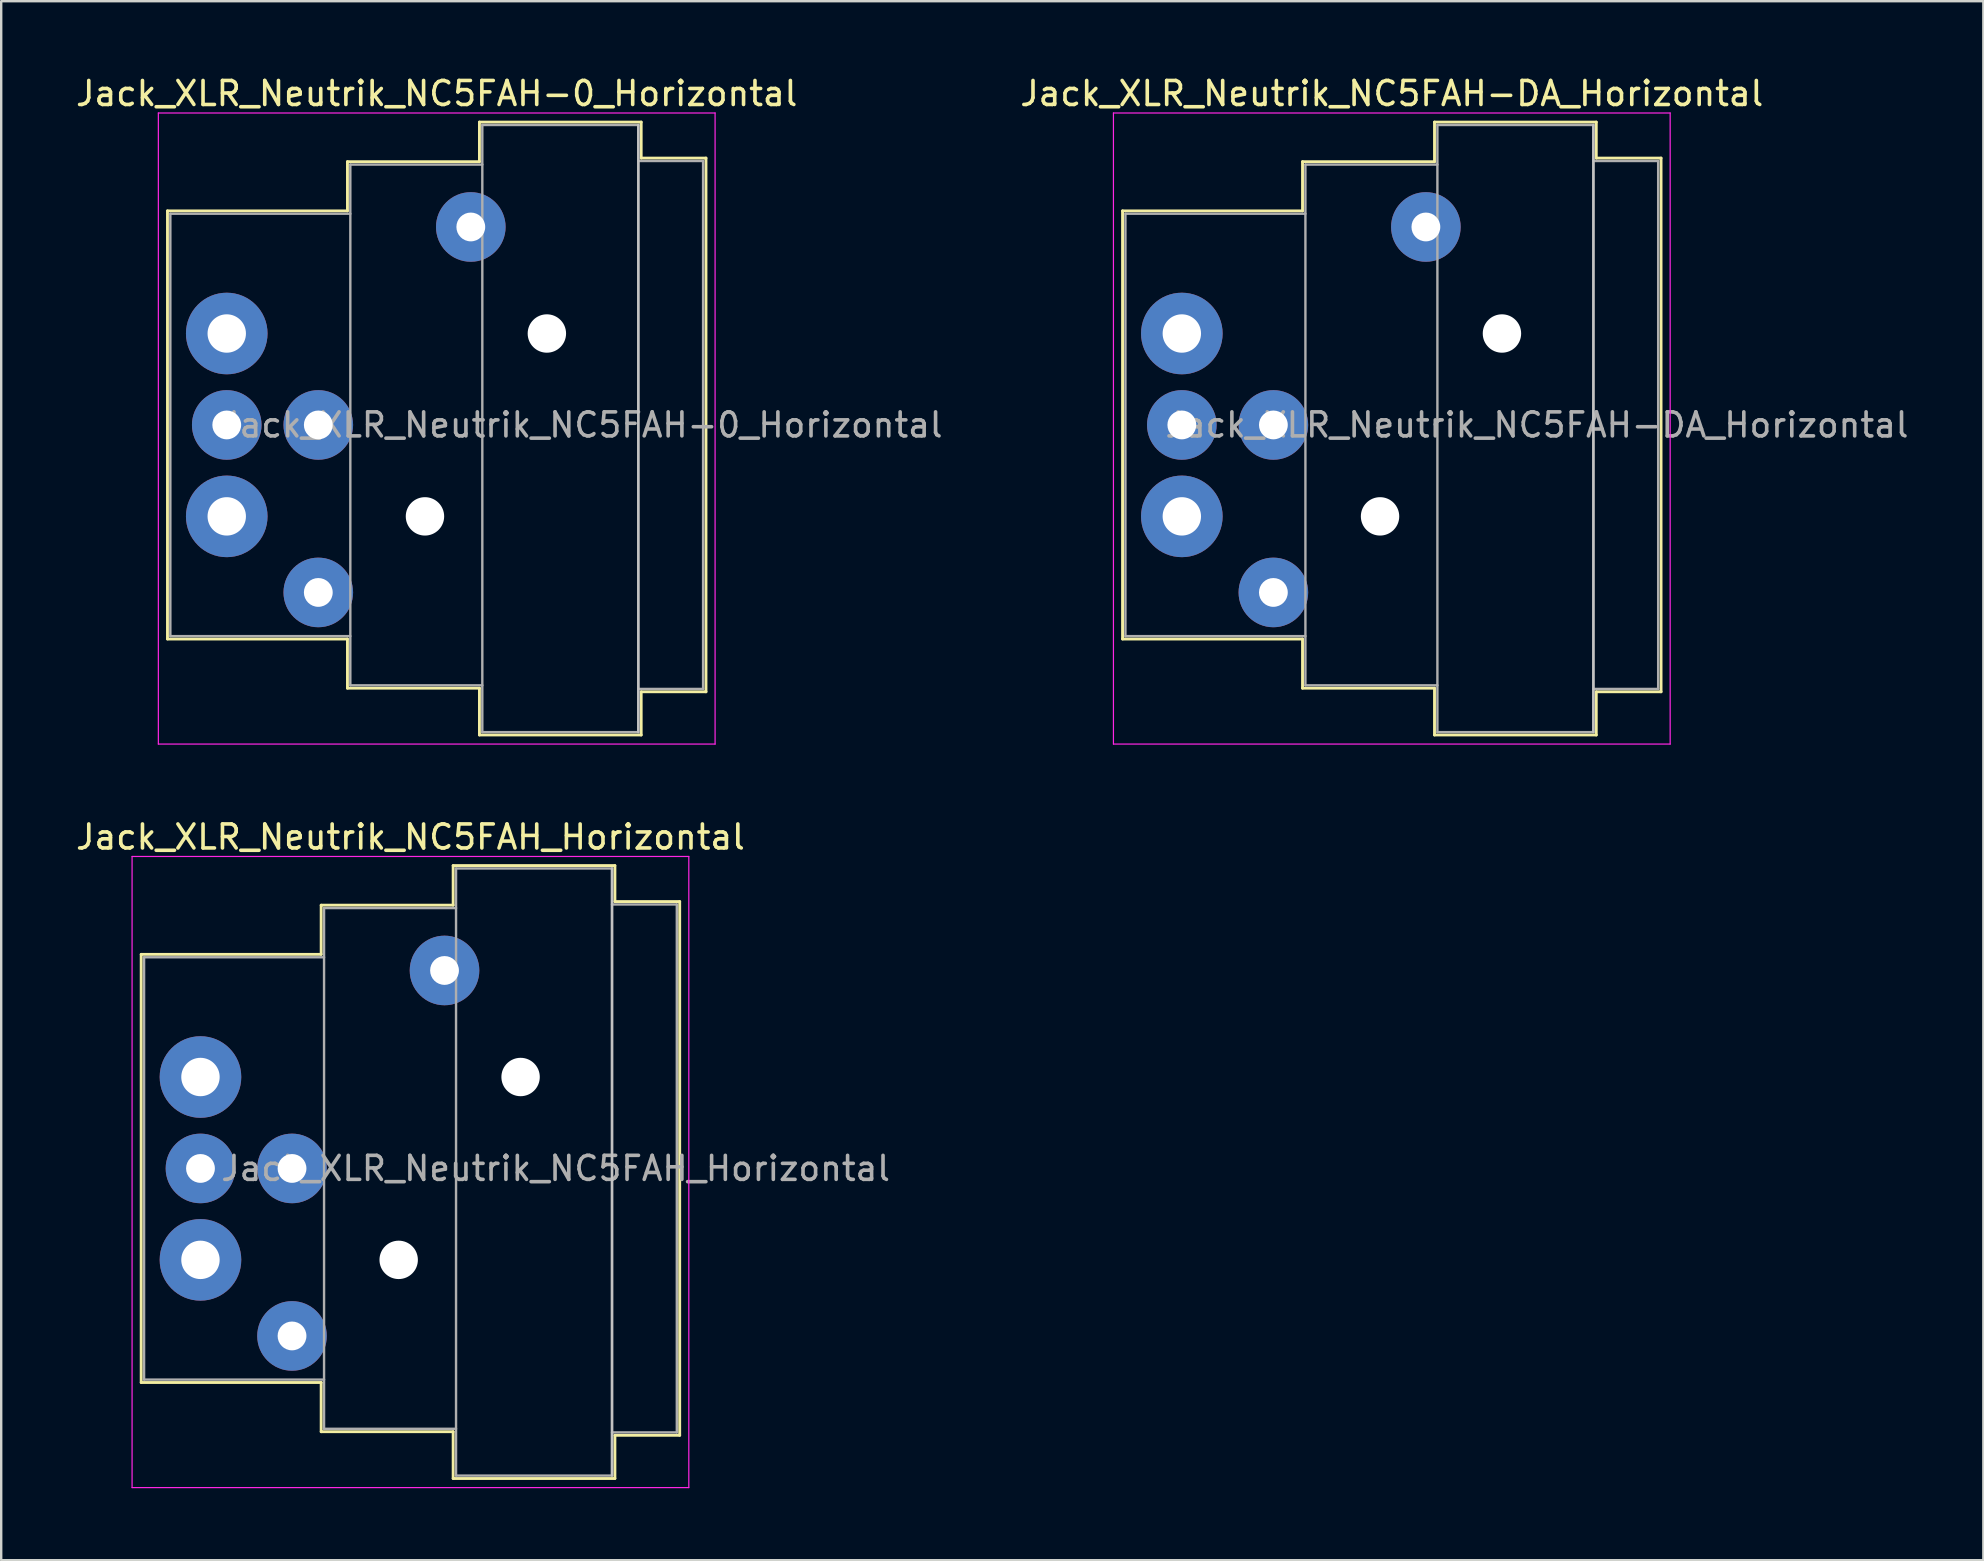
<source format=kicad_pcb>
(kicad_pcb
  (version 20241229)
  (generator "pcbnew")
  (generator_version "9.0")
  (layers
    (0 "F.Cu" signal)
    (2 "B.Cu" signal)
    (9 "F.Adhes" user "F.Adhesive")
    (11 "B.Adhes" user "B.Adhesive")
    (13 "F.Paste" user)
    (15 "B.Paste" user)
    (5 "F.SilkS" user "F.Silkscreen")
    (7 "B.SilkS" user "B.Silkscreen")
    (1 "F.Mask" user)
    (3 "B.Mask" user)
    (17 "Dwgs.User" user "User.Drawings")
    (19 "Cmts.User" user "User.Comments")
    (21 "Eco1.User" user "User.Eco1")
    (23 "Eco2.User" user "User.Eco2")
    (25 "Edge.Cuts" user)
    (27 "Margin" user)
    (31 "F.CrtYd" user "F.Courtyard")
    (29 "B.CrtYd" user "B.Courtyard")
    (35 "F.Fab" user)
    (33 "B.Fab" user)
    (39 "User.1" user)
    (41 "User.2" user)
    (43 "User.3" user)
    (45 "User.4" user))
  (footprint "Jack_XLR_Neutrik_NC5FAH-DA_Horizontal"
    (layer "F.Cu")
    (at 46.199 10.848)
    (property "Reference" "Jack_XLR_Neutrik_NC5FAH-DA_Horizontal" (at 8.75 -10 0) (layer "F.SilkS") (effects (font (size 1 1) (thickness 0.15))))
    (attr through_hole)
    (fp_line (start -2.47 -5.11) (end -2.47 12.73) (stroke (width 0.12) (type solid)) (layer "F.SilkS"))
    (fp_line (start 5.03 -5.11) (end -2.47 -5.11) (stroke (width 0.12) (type solid)) (layer "F.SilkS"))
    (fp_line (start 5.03 -5.11) (end 5.03 -7.16) (stroke (width 0.12) (type solid)) (layer "F.SilkS"))
    (fp_line (start 5.03 12.73) (end -2.47 12.73) (stroke (width 0.12) (type solid)) (layer "F.SilkS"))
    (fp_line (start 5.03 12.73) (end 5.03 14.78) (stroke (width 0.12) (type solid)) (layer "F.SilkS"))
    (fp_line (start 10.53 -7.16) (end 5.03 -7.16) (stroke (width 0.12) (type solid)) (layer "F.SilkS"))
    (fp_line (start 10.53 -7.16) (end 10.53 -8.81) (stroke (width 0.12) (type solid)) (layer "F.SilkS"))
    (fp_line (start 10.53 14.78) (end 5.03 14.78) (stroke (width 0.12) (type solid)) (layer "F.SilkS"))
    (fp_line (start 10.53 16.73) (end 10.53 14.78) (stroke (width 0.12) (type solid)) (layer "F.SilkS"))
    (fp_line (start 17.27 -8.81) (end 10.53 -8.81) (stroke (width 0.12) (type solid)) (layer "F.SilkS"))
    (fp_line (start 17.27 -8.81) (end 17.27 -7.31) (stroke (width 0.12) (type solid)) (layer "F.SilkS"))
    (fp_line (start 17.27 -7.31) (end 19.97 -7.31) (stroke (width 0.12) (type solid)) (layer "F.SilkS"))
    (fp_line (start 17.27 14.93) (end 17.27 16.73) (stroke (width 0.12) (type solid)) (layer "F.SilkS"))
    (fp_line (start 17.27 14.93) (end 19.97 14.93) (stroke (width 0.12) (type solid)) (layer "F.SilkS"))
    (fp_line (start 17.27 16.73) (end 10.53 16.73) (stroke (width 0.12) (type solid)) (layer "F.SilkS"))
    (fp_line (start 19.97 -7.31) (end 19.97 14.93) (stroke (width 0.12) (type solid)) (layer "F.SilkS"))
    (fp_line (start 17.15 -8.69) (end 17.15 16.61) (stroke (width 0.1) (type solid)) (layer "Dwgs.User"))
    (fp_line (start -2.85 -9.19) (end -2.85 17.11) (stroke (width 0.05) (type solid)) (layer "F.CrtYd"))
    (fp_line (start 20.35 -9.19) (end -2.85 -9.19) (stroke (width 0.05) (type solid)) (layer "F.CrtYd"))
    (fp_line (start 20.35 -9.19) (end 20.35 17.11) (stroke (width 0.05) (type solid)) (layer "F.CrtYd"))
    (fp_line (start 20.35 17.11) (end -2.85 17.11) (stroke (width 0.05) (type solid)) (layer "F.CrtYd"))
    (fp_line (start -2.35 -4.99) (end -2.35 12.61) (stroke (width 0.1) (type solid)) (layer "F.Fab"))
    (fp_line (start 5.15 -4.99) (end -2.35 -4.99) (stroke (width 0.1) (type solid)) (layer "F.Fab"))
    (fp_line (start 5.15 12.61) (end -2.35 12.61) (stroke (width 0.1) (type solid)) (layer "F.Fab"))
    (fp_line (start 5.15 14.66) (end 5.15 -7.04) (stroke (width 0.1) (type solid)) (layer "F.Fab"))
    (fp_line (start 5.15 14.66) (end 10.65 14.66) (stroke (width 0.1) (type solid)) (layer "F.Fab"))
    (fp_line (start 10.65 -8.69) (end 17.15 -8.69) (stroke (width 0.1) (type solid)) (layer "F.Fab"))
    (fp_line (start 10.65 -7.04) (end 5.15 -7.04) (stroke (width 0.1) (type solid)) (layer "F.Fab"))
    (fp_line (start 10.65 16.61) (end 10.65 -8.69) (stroke (width 0.1) (type solid)) (layer "F.Fab"))
    (fp_line (start 17.15 -8.69) (end 17.15 16.61) (stroke (width 0.1) (type solid)) (layer "F.Fab"))
    (fp_line (start 17.15 -7.19) (end 19.85 -7.19) (stroke (width 0.1) (type solid)) (layer "F.Fab"))
    (fp_line (start 17.15 16.61) (end 10.65 16.61) (stroke (width 0.1) (type solid)) (layer "F.Fab"))
    (fp_line (start 19.85 -7.19) (end 19.85 14.81) (stroke (width 0.1) (type solid)) (layer "F.Fab"))
    (fp_line (start 19.85 14.81) (end 17.15 14.81) (stroke (width 0.1) (type solid)) (layer "F.Fab"))
    (fp_text user "${REFERENCE}" (at 14.8 3.81 0) (layer "F.Fab") (effects (font (size 1 1) (thickness 0.15))))
    (pad "" np_thru_hole circle (at 8.26 7.62) (size 1.6 1.6) (drill 1.6) (layers "*.Cu" "*.Mask"))
    (pad "" np_thru_hole circle (at 13.34 0) (size 1.6 1.6) (drill 1.6) (layers "*.Cu" "*.Mask"))
    (pad "1" thru_hole circle (at 0 0) (size 3.4 3.4) (drill 1.6) (layers "*.Cu" "*.Mask"))
    (pad "2" thru_hole circle (at 3.815 3.81) (size 2.9 2.9) (drill 1.2) (layers "*.Cu" "*.Mask"))
    (pad "3" thru_hole circle (at 0 3.81) (size 2.9 2.9) (drill 1.2) (layers "*.Cu" "*.Mask"))
    (pad "4" thru_hole circle (at 3.815 10.79) (size 2.9 2.9) (drill 1.2) (layers "*.Cu" "*.Mask"))
    (pad "5" thru_hole circle (at 0 7.62) (size 3.4 3.4) (drill 1.6) (layers "*.Cu" "*.Mask"))
    (pad "G" thru_hole circle (at 10.17 -4.44) (size 2.9 2.9) (drill 1.2) (layers "*.Cu" "*.Mask")))
  (footprint "Jack_XLR_Neutrik_NC5FAH-0_Horizontal"
    (layer "F.Cu")
    (at 6.399 10.848)
    (property "Reference" "Jack_XLR_Neutrik_NC5FAH-0_Horizontal" (at 8.75 -10 0) (layer "F.SilkS") (effects (font (size 1 1) (thickness 0.15))))
    (attr through_hole)
    (fp_line (start -2.47 -5.11) (end -2.47 12.73) (stroke (width 0.12) (type solid)) (layer "F.SilkS"))
    (fp_line (start 5.03 -5.11) (end -2.47 -5.11) (stroke (width 0.12) (type solid)) (layer "F.SilkS"))
    (fp_line (start 5.03 -5.11) (end 5.03 -7.16) (stroke (width 0.12) (type solid)) (layer "F.SilkS"))
    (fp_line (start 5.03 12.73) (end -2.47 12.73) (stroke (width 0.12) (type solid)) (layer "F.SilkS"))
    (fp_line (start 5.03 12.73) (end 5.03 14.78) (stroke (width 0.12) (type solid)) (layer "F.SilkS"))
    (fp_line (start 10.53 -7.16) (end 5.03 -7.16) (stroke (width 0.12) (type solid)) (layer "F.SilkS"))
    (fp_line (start 10.53 -7.16) (end 10.53 -8.81) (stroke (width 0.12) (type solid)) (layer "F.SilkS"))
    (fp_line (start 10.53 14.78) (end 5.03 14.78) (stroke (width 0.12) (type solid)) (layer "F.SilkS"))
    (fp_line (start 10.53 16.73) (end 10.53 14.78) (stroke (width 0.12) (type solid)) (layer "F.SilkS"))
    (fp_line (start 17.27 -8.81) (end 10.53 -8.81) (stroke (width 0.12) (type solid)) (layer "F.SilkS"))
    (fp_line (start 17.27 -8.81) (end 17.27 -7.31) (stroke (width 0.12) (type solid)) (layer "F.SilkS"))
    (fp_line (start 17.27 -7.31) (end 19.97 -7.31) (stroke (width 0.12) (type solid)) (layer "F.SilkS"))
    (fp_line (start 17.27 14.93) (end 17.27 16.73) (stroke (width 0.12) (type solid)) (layer "F.SilkS"))
    (fp_line (start 17.27 14.93) (end 19.97 14.93) (stroke (width 0.12) (type solid)) (layer "F.SilkS"))
    (fp_line (start 17.27 16.73) (end 10.53 16.73) (stroke (width 0.12) (type solid)) (layer "F.SilkS"))
    (fp_line (start 19.97 -7.31) (end 19.97 14.93) (stroke (width 0.12) (type solid)) (layer "F.SilkS"))
    (fp_line (start 17.15 -8.69) (end 17.15 16.61) (stroke (width 0.1) (type solid)) (layer "Dwgs.User"))
    (fp_line (start -2.85 -9.19) (end -2.85 17.11) (stroke (width 0.05) (type solid)) (layer "F.CrtYd"))
    (fp_line (start 20.35 -9.19) (end -2.85 -9.19) (stroke (width 0.05) (type solid)) (layer "F.CrtYd"))
    (fp_line (start 20.35 -9.19) (end 20.35 17.11) (stroke (width 0.05) (type solid)) (layer "F.CrtYd"))
    (fp_line (start 20.35 17.11) (end -2.85 17.11) (stroke (width 0.05) (type solid)) (layer "F.CrtYd"))
    (fp_line (start -2.35 -4.99) (end -2.35 12.61) (stroke (width 0.1) (type solid)) (layer "F.Fab"))
    (fp_line (start 5.15 -4.99) (end -2.35 -4.99) (stroke (width 0.1) (type solid)) (layer "F.Fab"))
    (fp_line (start 5.15 12.61) (end -2.35 12.61) (stroke (width 0.1) (type solid)) (layer "F.Fab"))
    (fp_line (start 5.15 14.66) (end 5.15 -7.04) (stroke (width 0.1) (type solid)) (layer "F.Fab"))
    (fp_line (start 5.15 14.66) (end 10.65 14.66) (stroke (width 0.1) (type solid)) (layer "F.Fab"))
    (fp_line (start 10.65 -8.69) (end 17.15 -8.69) (stroke (width 0.1) (type solid)) (layer "F.Fab"))
    (fp_line (start 10.65 -7.04) (end 5.15 -7.04) (stroke (width 0.1) (type solid)) (layer "F.Fab"))
    (fp_line (start 10.65 16.61) (end 10.65 -8.69) (stroke (width 0.1) (type solid)) (layer "F.Fab"))
    (fp_line (start 17.15 -8.69) (end 17.15 16.61) (stroke (width 0.1) (type solid)) (layer "F.Fab"))
    (fp_line (start 17.15 -7.19) (end 19.85 -7.19) (stroke (width 0.1) (type solid)) (layer "F.Fab"))
    (fp_line (start 17.15 16.61) (end 10.65 16.61) (stroke (width 0.1) (type solid)) (layer "F.Fab"))
    (fp_line (start 19.85 -7.19) (end 19.85 14.81) (stroke (width 0.1) (type solid)) (layer "F.Fab"))
    (fp_line (start 19.85 14.81) (end 17.15 14.81) (stroke (width 0.1) (type solid)) (layer "F.Fab"))
    (fp_text user "${REFERENCE}" (at 14.8 3.81 0) (layer "F.Fab") (effects (font (size 1 1) (thickness 0.15))))
    (pad "" np_thru_hole circle (at 8.26 7.62) (size 1.6 1.6) (drill 1.6) (layers "*.Cu" "*.Mask"))
    (pad "" np_thru_hole circle (at 13.34 0) (size 1.6 1.6) (drill 1.6) (layers "*.Cu" "*.Mask"))
    (pad "1" thru_hole circle (at 0 0) (size 3.4 3.4) (drill 1.6) (layers "*.Cu" "*.Mask"))
    (pad "2" thru_hole circle (at 3.815 3.81) (size 2.9 2.9) (drill 1.2) (layers "*.Cu" "*.Mask"))
    (pad "3" thru_hole circle (at 0 3.81) (size 2.9 2.9) (drill 1.2) (layers "*.Cu" "*.Mask"))
    (pad "4" thru_hole circle (at 3.815 10.79) (size 2.9 2.9) (drill 1.2) (layers "*.Cu" "*.Mask"))
    (pad "5" thru_hole circle (at 0 7.62) (size 3.4 3.4) (drill 1.6) (layers "*.Cu" "*.Mask"))
    (pad "G" thru_hole circle (at 10.17 -4.44) (size 2.9 2.9) (drill 1.2) (layers "*.Cu" "*.Mask")))
  (footprint "Jack_XLR_Neutrik_NC5FAH_Horizontal"
    (layer "F.Cu")
    (at 5.304 41.831)
    (property "Reference" "Jack_XLR_Neutrik_NC5FAH_Horizontal" (at 8.75 -10 0) (layer "F.SilkS") (effects (font (size 1 1) (thickness 0.15))))
    (attr through_hole)
    (fp_line (start -2.47 -5.11) (end -2.47 12.73) (stroke (width 0.12) (type solid)) (layer "F.SilkS"))
    (fp_line (start 5.03 -5.11) (end -2.47 -5.11) (stroke (width 0.12) (type solid)) (layer "F.SilkS"))
    (fp_line (start 5.03 -5.11) (end 5.03 -7.16) (stroke (width 0.12) (type solid)) (layer "F.SilkS"))
    (fp_line (start 5.03 12.73) (end -2.47 12.73) (stroke (width 0.12) (type solid)) (layer "F.SilkS"))
    (fp_line (start 5.03 12.73) (end 5.03 14.78) (stroke (width 0.12) (type solid)) (layer "F.SilkS"))
    (fp_line (start 10.53 -7.16) (end 5.03 -7.16) (stroke (width 0.12) (type solid)) (layer "F.SilkS"))
    (fp_line (start 10.53 -7.16) (end 10.53 -8.81) (stroke (width 0.12) (type solid)) (layer "F.SilkS"))
    (fp_line (start 10.53 14.78) (end 5.03 14.78) (stroke (width 0.12) (type solid)) (layer "F.SilkS"))
    (fp_line (start 10.53 16.73) (end 10.53 14.78) (stroke (width 0.12) (type solid)) (layer "F.SilkS"))
    (fp_line (start 17.27 -8.81) (end 10.53 -8.81) (stroke (width 0.12) (type solid)) (layer "F.SilkS"))
    (fp_line (start 17.27 -8.81) (end 17.27 -7.31) (stroke (width 0.12) (type solid)) (layer "F.SilkS"))
    (fp_line (start 17.27 -7.31) (end 19.97 -7.31) (stroke (width 0.12) (type solid)) (layer "F.SilkS"))
    (fp_line (start 17.27 14.93) (end 17.27 16.73) (stroke (width 0.12) (type solid)) (layer "F.SilkS"))
    (fp_line (start 17.27 14.93) (end 19.97 14.93) (stroke (width 0.12) (type solid)) (layer "F.SilkS"))
    (fp_line (start 17.27 16.73) (end 10.53 16.73) (stroke (width 0.12) (type solid)) (layer "F.SilkS"))
    (fp_line (start 19.97 -7.31) (end 19.97 14.93) (stroke (width 0.12) (type solid)) (layer "F.SilkS"))
    (fp_line (start 17.15 -8.69) (end 17.15 16.61) (stroke (width 0.1) (type solid)) (layer "Dwgs.User"))
    (fp_line (start -2.85 -9.19) (end -2.85 17.11) (stroke (width 0.05) (type solid)) (layer "F.CrtYd"))
    (fp_line (start 20.35 -9.19) (end -2.85 -9.19) (stroke (width 0.05) (type solid)) (layer "F.CrtYd"))
    (fp_line (start 20.35 -9.19) (end 20.35 17.11) (stroke (width 0.05) (type solid)) (layer "F.CrtYd"))
    (fp_line (start 20.35 17.11) (end -2.85 17.11) (stroke (width 0.05) (type solid)) (layer "F.CrtYd"))
    (fp_line (start -2.35 -4.99) (end -2.35 12.61) (stroke (width 0.1) (type solid)) (layer "F.Fab"))
    (fp_line (start 5.15 -4.99) (end -2.35 -4.99) (stroke (width 0.1) (type solid)) (layer "F.Fab"))
    (fp_line (start 5.15 12.61) (end -2.35 12.61) (stroke (width 0.1) (type solid)) (layer "F.Fab"))
    (fp_line (start 5.15 14.66) (end 5.15 -7.04) (stroke (width 0.1) (type solid)) (layer "F.Fab"))
    (fp_line (start 5.15 14.66) (end 10.65 14.66) (stroke (width 0.1) (type solid)) (layer "F.Fab"))
    (fp_line (start 10.65 -8.69) (end 17.15 -8.69) (stroke (width 0.1) (type solid)) (layer "F.Fab"))
    (fp_line (start 10.65 -7.04) (end 5.15 -7.04) (stroke (width 0.1) (type solid)) (layer "F.Fab"))
    (fp_line (start 10.65 16.61) (end 10.65 -8.69) (stroke (width 0.1) (type solid)) (layer "F.Fab"))
    (fp_line (start 17.15 -8.69) (end 17.15 16.61) (stroke (width 0.1) (type solid)) (layer "F.Fab"))
    (fp_line (start 17.15 -7.19) (end 19.85 -7.19) (stroke (width 0.1) (type solid)) (layer "F.Fab"))
    (fp_line (start 17.15 16.61) (end 10.65 16.61) (stroke (width 0.1) (type solid)) (layer "F.Fab"))
    (fp_line (start 19.85 -7.19) (end 19.85 14.81) (stroke (width 0.1) (type solid)) (layer "F.Fab"))
    (fp_line (start 19.85 14.81) (end 17.15 14.81) (stroke (width 0.1) (type solid)) (layer "F.Fab"))
    (fp_text user "${REFERENCE}" (at 14.8 3.81 0) (layer "F.Fab") (effects (font (size 1 1) (thickness 0.15))))
    (pad "" np_thru_hole circle (at 8.26 7.62) (size 1.6 1.6) (drill 1.6) (layers "*.Cu" "*.Mask"))
    (pad "" np_thru_hole circle (at 13.34 0) (size 1.6 1.6) (drill 1.6) (layers "*.Cu" "*.Mask"))
    (pad "1" thru_hole circle (at 0 0) (size 3.4 3.4) (drill 1.6) (layers "*.Cu" "*.Mask"))
    (pad "2" thru_hole circle (at 3.815 3.81) (size 2.9 2.9) (drill 1.2) (layers "*.Cu" "*.Mask"))
    (pad "3" thru_hole circle (at 0 3.81) (size 2.9 2.9) (drill 1.2) (layers "*.Cu" "*.Mask"))
    (pad "4" thru_hole circle (at 3.815 10.79) (size 2.9 2.9) (drill 1.2) (layers "*.Cu" "*.Mask"))
    (pad "5" thru_hole circle (at 0 7.62) (size 3.4 3.4) (drill 1.6) (layers "*.Cu" "*.Mask"))
    (pad "G" thru_hole circle (at 10.17 -4.44) (size 2.9 2.9) (drill 1.2) (layers "*.Cu" "*.Mask")))
  (gr_rect
    (start -3 -3)
    (end 79.6 61.967)
    (stroke (width 0.1) (type default))
    (fill no)
    (layer "Edge.Cuts")))
</source>
